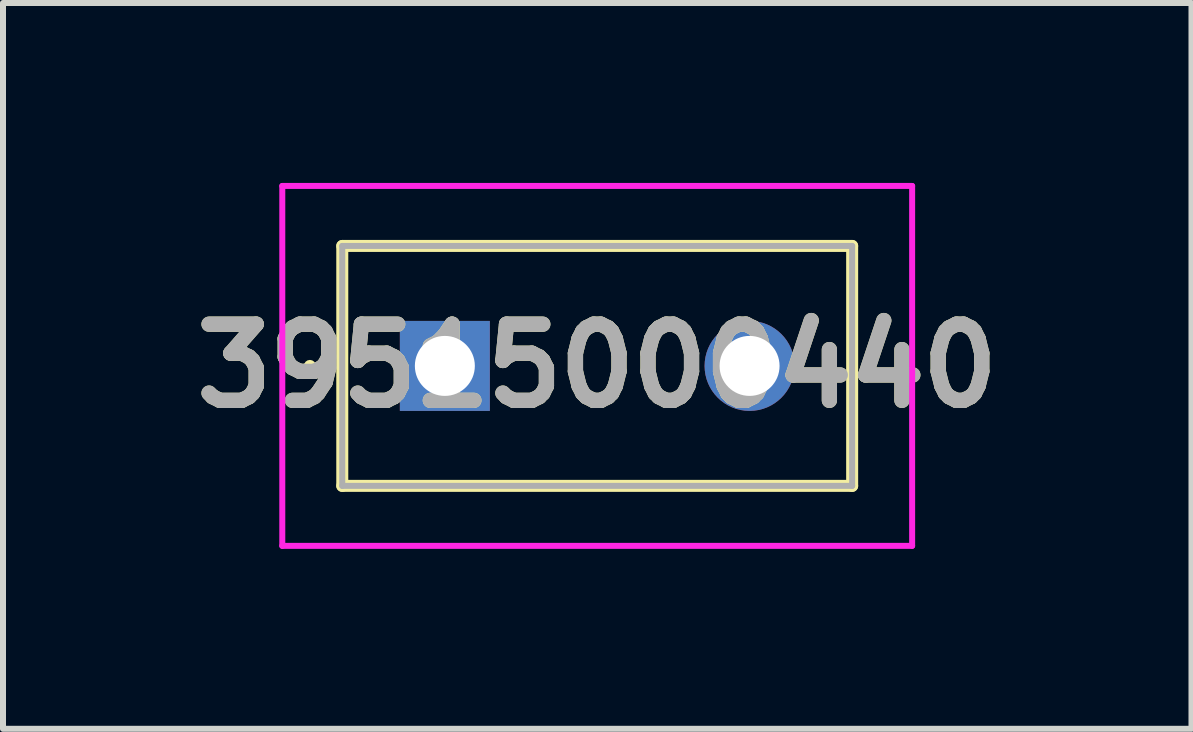
<source format=kicad_pcb>
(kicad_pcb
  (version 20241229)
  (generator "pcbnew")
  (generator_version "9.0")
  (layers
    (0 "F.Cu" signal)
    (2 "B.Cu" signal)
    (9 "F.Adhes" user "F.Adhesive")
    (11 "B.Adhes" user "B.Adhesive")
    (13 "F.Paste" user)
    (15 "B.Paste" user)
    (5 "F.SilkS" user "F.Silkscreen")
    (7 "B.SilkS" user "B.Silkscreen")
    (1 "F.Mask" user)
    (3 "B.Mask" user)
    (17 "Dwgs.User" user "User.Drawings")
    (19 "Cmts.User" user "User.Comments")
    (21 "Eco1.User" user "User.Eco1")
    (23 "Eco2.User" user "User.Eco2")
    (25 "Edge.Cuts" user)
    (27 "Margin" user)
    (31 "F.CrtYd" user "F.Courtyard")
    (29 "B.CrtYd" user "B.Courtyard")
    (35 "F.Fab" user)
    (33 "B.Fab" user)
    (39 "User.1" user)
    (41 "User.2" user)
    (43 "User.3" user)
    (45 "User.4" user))
  (footprint "39515000440"
    (layer "F.Cu")
    (at 4.366 3.05)
    (property "Reference" "39515000440" (at 2.54 0 0) (layer "F.SilkS") (effects (font (size 1.27 1.27) (thickness 0.254))))
    (attr through_hole)
    (fp_line (start -2.3 0) (end -2.3 0) (stroke (width 0.1) (type solid)) (layer "F.SilkS"))
    (fp_line (start -2.2 0) (end -2.2 0) (stroke (width 0.1) (type solid)) (layer "F.SilkS"))
    (fp_line (start -1.71 -2) (end 6.79 -2) (stroke (width 0.2) (type solid)) (layer "F.SilkS"))
    (fp_line (start -1.71 2) (end -1.71 -2) (stroke (width 0.2) (type solid)) (layer "F.SilkS"))
    (fp_line (start 6.79 -2) (end 6.79 2) (stroke (width 0.2) (type solid)) (layer "F.SilkS"))
    (fp_line (start 6.79 2) (end -1.71 2) (stroke (width 0.2) (type solid)) (layer "F.SilkS"))
    (fp_arc (start -2.3 0) (mid -2.25 -0.05) (end -2.2 0) (stroke (width 0.1) (type solid)) (layer "F.SilkS"))
    (fp_arc (start -2.2 0) (mid -2.25 0.05) (end -2.3 0) (stroke (width 0.1) (type solid)) (layer "F.SilkS"))
    (fp_line (start -2.71 -3) (end 7.79 -3) (stroke (width 0.1) (type solid)) (layer "F.CrtYd"))
    (fp_line (start -2.71 3) (end -2.71 -3) (stroke (width 0.1) (type solid)) (layer "F.CrtYd"))
    (fp_line (start 7.79 -3) (end 7.79 3) (stroke (width 0.1) (type solid)) (layer "F.CrtYd"))
    (fp_line (start 7.79 3) (end -2.71 3) (stroke (width 0.1) (type solid)) (layer "F.CrtYd"))
    (fp_line (start -1.71 -2) (end 6.79 -2) (stroke (width 0.1) (type solid)) (layer "F.Fab"))
    (fp_line (start -1.71 2) (end -1.71 -2) (stroke (width 0.1) (type solid)) (layer "F.Fab"))
    (fp_line (start 6.79 -2) (end 6.79 2) (stroke (width 0.1) (type solid)) (layer "F.Fab"))
    (fp_line (start 6.79 2) (end -1.71 2) (stroke (width 0.1) (type solid)) (layer "F.Fab"))
    (fp_text user "${REFERENCE}" (at 2.54 0 0) (layer "F.Fab") (effects (font (size 1.27 1.27) (thickness 0.254))))
    (pad "1" thru_hole rect (at 0 0) (size 1.5 1.5) (drill 1) (layers "*.Cu" "*.Mask"))
    (pad "2" thru_hole circle (at 5.08 0) (size 1.5 1.5) (drill 1) (layers "*.Cu" "*.Mask")))
  (gr_rect
    (start -3 -3)
    (end 16.813 9.1)
    (stroke (width 0.1) (type default))
    (fill no)
    (layer "Edge.Cuts")))
</source>
